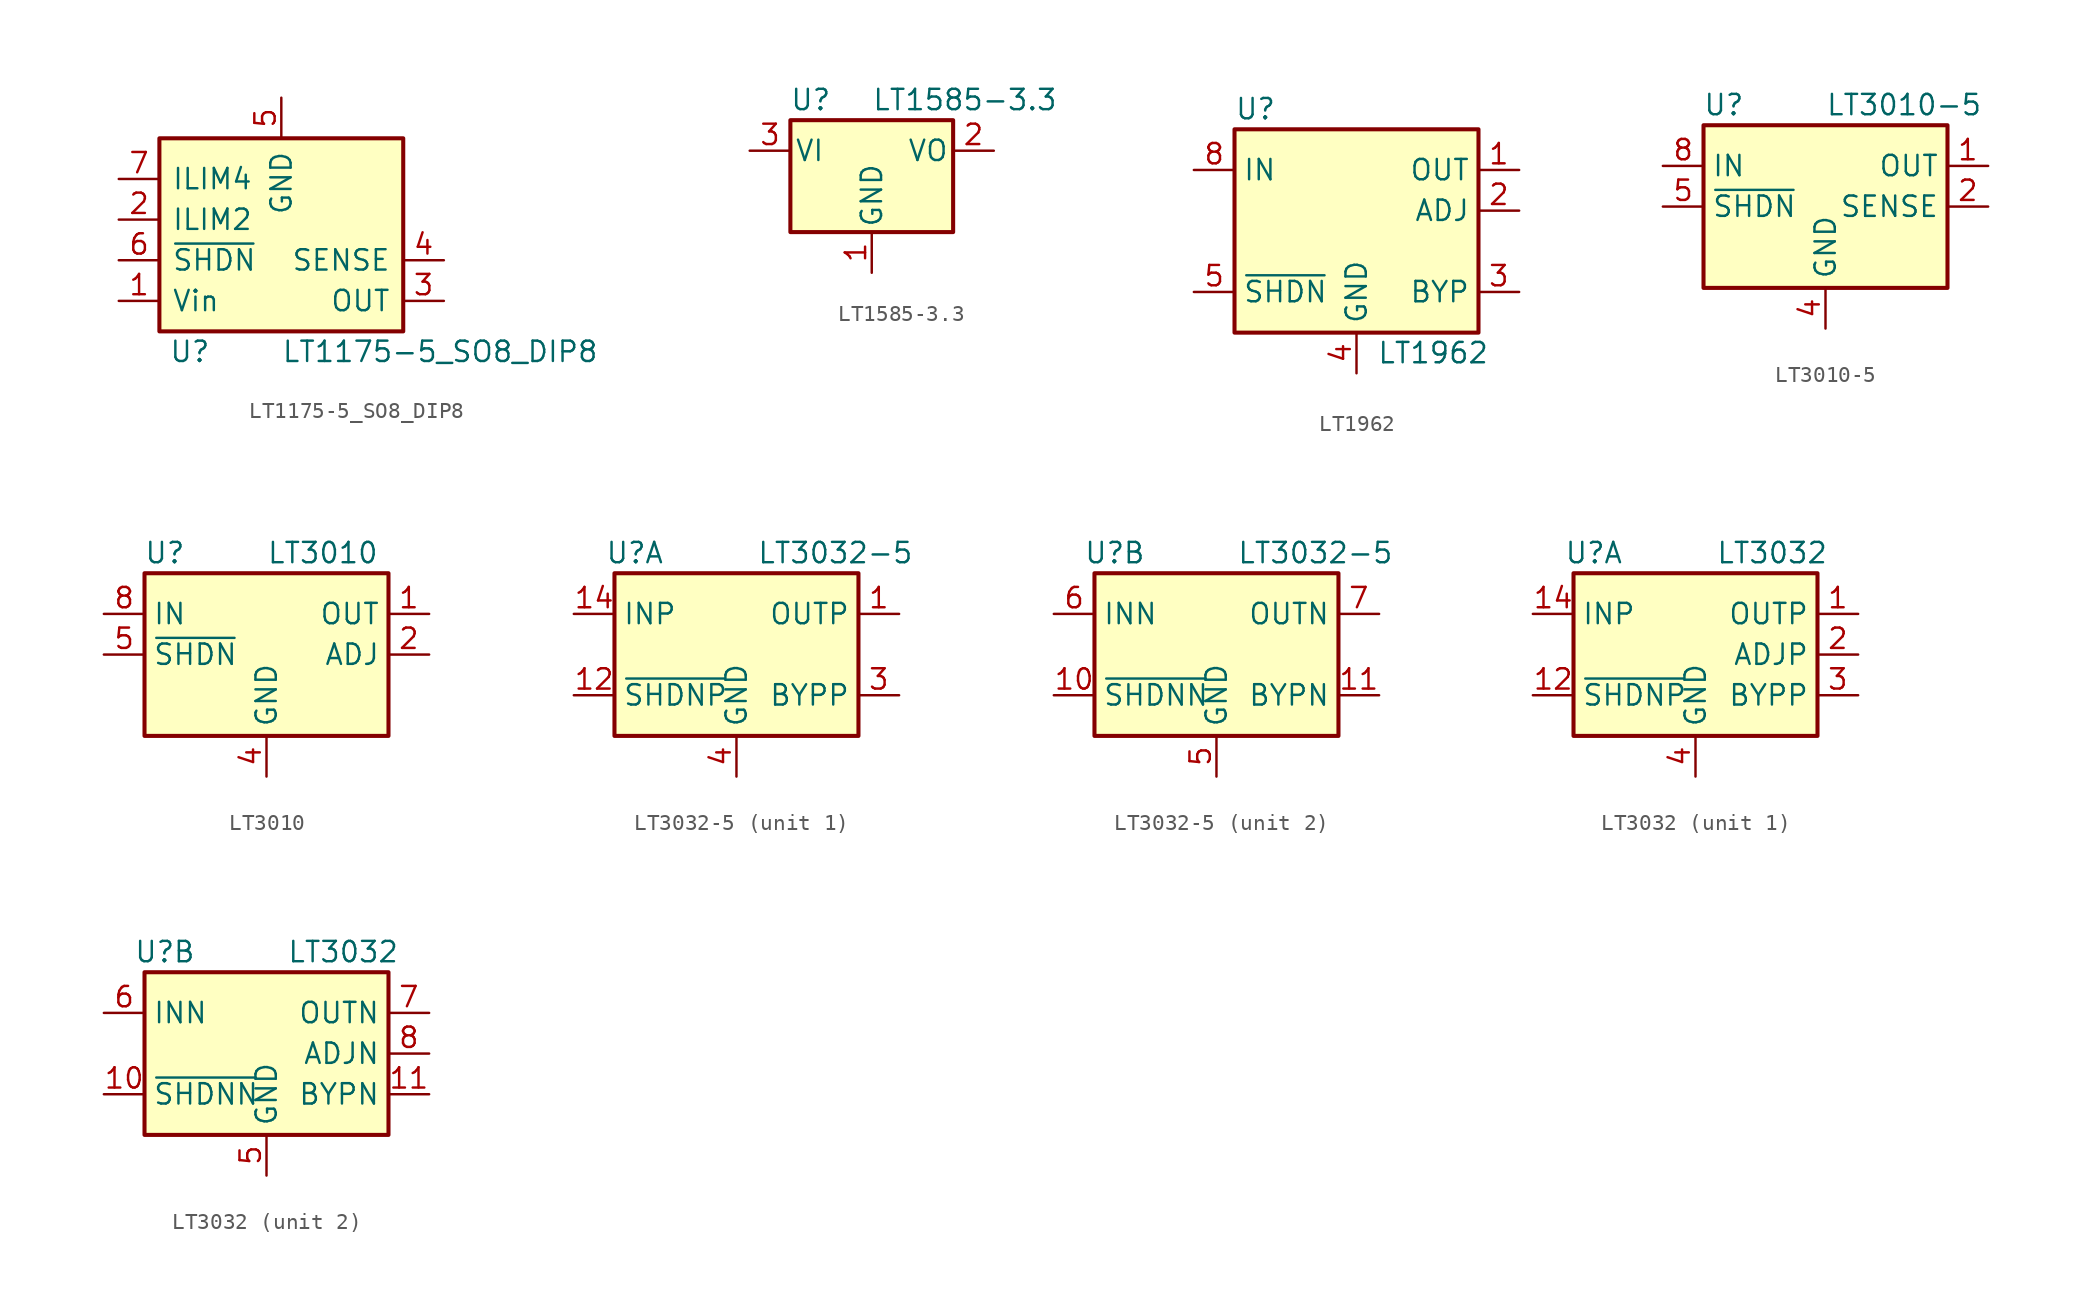
<source format=kicad_sym>
(kicad_symbol_lib
  (version 20200908)
  (generator kicad_symbol_editor)
  (symbol "Regulator_Linear:LT1175-5_SO8_DIP8"
    (pin_names
      (offset 0.762))
    (property "Reference" "U"
      (at -5.715 -8.255 0)
      (effects (font (size 1.27 1.27))))
    (property "Value" "LT1175-5_SO8_DIP8"
      (at 0 -8.255 0)
      (effects (font (size 1.27 1.27)) (justify left)))
    (symbol "LT1175-5_SO8_DIP8_0_1"
      (rectangle (start -7.62 -6.985) (end 7.62 5.08) (stroke (width 0.254)) (fill (type background))))
    (symbol "LT1175-5_SO8_DIP8_1_1"
      (pin power_in line (at -10.16 -5.08 0) (length 2.54) (name "Vin" (effects (font (size 1.27 1.27)))) (number "1" (effects (font (size 1.27 1.27)))))
      (pin input line (at -10.16 0 0) (length 2.54) (name "ILIM2" (effects (font (size 1.27 1.27)))) (number "2" (effects (font (size 1.27 1.27)))))
      (pin power_out line (at 10.16 -5.08 180) (length 2.54) (name "OUT" (effects (font (size 1.27 1.27)))) (number "3" (effects (font (size 1.27 1.27)))))
      (pin input line (at 10.16 -2.54 180) (length 2.54) (name "SENSE" (effects (font (size 1.27 1.27)))) (number "4" (effects (font (size 1.27 1.27)))))
      (pin power_in line (at 0 7.62 270) (length 2.54) (name "GND" (effects (font (size 1.27 1.27)))) (number "5" (effects (font (size 1.27 1.27)))))
      (pin input line (at -10.16 -2.54 0) (length 2.54) (name "~SHDN" (effects (font (size 1.27 1.27)))) (number "6" (effects (font (size 1.27 1.27)))))
      (pin input line (at -10.16 2.54 0) (length 2.54) (name "ILIM4" (effects (font (size 1.27 1.27)))) (number "7" (effects (font (size 1.27 1.27)))))
      (pin passive line (at -10.16 -5.08 0) (length 2.54) hide (name "Vin" (effects (font (size 1.27 1.27)))) (number "8" (effects (font (size 1.27 1.27)))))))
  (symbol "Regulator_Linear:LT1585-3.3"
    (pin_names
      (offset 0.254))
    (property "Reference" "U"
      (at -3.81 3.175 0)
      (effects (font (size 1.27 1.27))))
    (property "Value" "LT1585-3.3"
      (at 0 3.175 0)
      (effects (font (size 1.27 1.27)) (justify left)))
    (symbol "LT1585-3.3_0_1"
      (rectangle (start -5.08 -5.08) (end 5.08 1.905) (stroke (width 0.254)) (fill (type background))))
    (symbol "LT1585-3.3_1_1"
      (pin power_in line (at 0 -7.62 90) (length 2.54) (name "GND" (effects (font (size 1.27 1.27)))) (number "1" (effects (font (size 1.27 1.27)))))
      (pin power_out line (at 7.62 0 180) (length 2.54) (name "VO" (effects (font (size 1.27 1.27)))) (number "2" (effects (font (size 1.27 1.27)))))
      (pin power_in line (at -7.62 0 0) (length 2.54) (name "VI" (effects (font (size 1.27 1.27)))) (number "3" (effects (font (size 1.27 1.27)))))))
  (symbol "Regulator_Linear:LT1962"
    (property "Reference" "U"
      (at -7.62 8.89 0)
      (effects (font (size 1.27 1.27)) (justify left)))
    (property "Value" "LT1962"
      (at 1.27 -6.35 0)
      (effects (font (size 1.27 1.27)) (justify left)))
    (symbol "LT1962_0_1"
      (rectangle (start -7.62 7.62) (end 7.62 -5.08) (stroke (width 0.254)) (fill (type background))))
    (symbol "LT1962_1_1"
      (pin power_out line (at 10.16 5.08 180) (length 2.54) (name "OUT" (effects (font (size 1.27 1.27)))) (number "1" (effects (font (size 1.27 1.27)))))
      (pin input line (at 10.16 2.54 180) (length 2.54) (name "ADJ" (effects (font (size 1.27 1.27)))) (number "2" (effects (font (size 1.27 1.27)))))
      (pin passive line (at 10.16 -2.54 180) (length 2.54) (name "BYP" (effects (font (size 1.27 1.27)))) (number "3" (effects (font (size 1.27 1.27)))))
      (pin power_in line (at 0 -7.62 90) (length 2.54) (name "GND" (effects (font (size 1.27 1.27)))) (number "4" (effects (font (size 1.27 1.27)))))
      (pin input line (at -10.16 -2.54 0) (length 2.54) (name "~SHDN" (effects (font (size 1.27 1.27)))) (number "5" (effects (font (size 1.27 1.27)))))
      (pin unconnected line (at 2.54 5.08 90) (length 2.54) hide (name "NC" (effects (font (size 1.27 1.27)))) (number "6" (effects (font (size 1.27 1.27)))))
      (pin unconnected line (at 2.54 2.54 90) (length 2.54) hide (name "NC" (effects (font (size 1.27 1.27)))) (number "7" (effects (font (size 1.27 1.27)))))
      (pin power_in line (at -10.16 5.08 0) (length 2.54) (name "IN" (effects (font (size 1.27 1.27)))) (number "8" (effects (font (size 1.27 1.27)))))))
  (symbol "Regulator_Linear:LT3010-5"
    (property "Reference" "U"
      (at -6.35 6.35 0)
      (effects (font (size 1.27 1.27))))
    (property "Value" "LT3010-5"
      (at 0 6.35 0)
      (effects (font (size 1.27 1.27)) (justify left)))
    (symbol "LT3010-5_0_1"
      (rectangle (start -7.62 5.08) (end 7.62 -5.08) (stroke (width 0.254)) (fill (type background))))
    (symbol "LT3010-5_1_1"
      (pin power_out line (at 10.16 2.54 180) (length 2.54) (name "OUT" (effects (font (size 1.27 1.27)))) (number "1" (effects (font (size 1.27 1.27)))))
      (pin passive line (at 10.16 0 180) (length 2.54) (name "SENSE" (effects (font (size 1.27 1.27)))) (number "2" (effects (font (size 1.27 1.27)))))
      (pin unconnected line (at -7.62 -2.54 0) (length 2.54) hide (name "NC" (effects (font (size 1.27 1.27)))) (number "3" (effects (font (size 1.27 1.27)))))
      (pin power_in line (at 0 -7.62 90) (length 2.54) (name "GND" (effects (font (size 1.27 1.27)))) (number "4" (effects (font (size 1.27 1.27)))))
      (pin input line (at -10.16 0 0) (length 2.54) (name "~SHDN" (effects (font (size 1.27 1.27)))) (number "5" (effects (font (size 1.27 1.27)))))
      (pin unconnected line (at 7.62 -2.54 180) (length 2.54) hide (name "NC" (effects (font (size 1.27 1.27)))) (number "6" (effects (font (size 1.27 1.27)))))
      (pin unconnected line (at 2.54 -5.08 90) (length 2.54) hide (name "NC" (effects (font (size 1.27 1.27)))) (number "7" (effects (font (size 1.27 1.27)))))
      (pin power_in line (at -10.16 2.54 0) (length 2.54) (name "IN" (effects (font (size 1.27 1.27)))) (number "8" (effects (font (size 1.27 1.27)))))
      (pin passive line (at 0 -7.62 90) (length 2.54) hide (name "GND" (effects (font (size 1.27 1.27)))) (number "9" (effects (font (size 1.27 1.27)))))))
  (symbol "Regulator_Linear:LT3010"
    (property "Reference" "U"
      (at -6.35 6.35 0)
      (effects (font (size 1.27 1.27))))
    (property "Value" "LT3010"
      (at 0 6.35 0)
      (effects (font (size 1.27 1.27)) (justify left)))
    (symbol "LT3010_0_1"
      (rectangle (start -7.62 5.08) (end 7.62 -5.08) (stroke (width 0.254)) (fill (type background))))
    (symbol "LT3010_1_1"
      (pin power_out line (at 10.16 2.54 180) (length 2.54) (name "OUT" (effects (font (size 1.27 1.27)))) (number "1" (effects (font (size 1.27 1.27)))))
      (pin input line (at 10.16 0 180) (length 2.54) (name "ADJ" (effects (font (size 1.27 1.27)))) (number "2" (effects (font (size 1.27 1.27)))))
      (pin unconnected line (at -7.62 -2.54 0) (length 2.54) hide (name "NC" (effects (font (size 1.27 1.27)))) (number "3" (effects (font (size 1.27 1.27)))))
      (pin power_in line (at 0 -7.62 90) (length 2.54) (name "GND" (effects (font (size 1.27 1.27)))) (number "4" (effects (font (size 1.27 1.27)))))
      (pin input line (at -10.16 0 0) (length 2.54) (name "~SHDN" (effects (font (size 1.27 1.27)))) (number "5" (effects (font (size 1.27 1.27)))))
      (pin unconnected line (at 7.62 -2.54 180) (length 2.54) hide (name "NC" (effects (font (size 1.27 1.27)))) (number "6" (effects (font (size 1.27 1.27)))))
      (pin unconnected line (at 2.54 -5.08 90) (length 2.54) hide (name "NC" (effects (font (size 1.27 1.27)))) (number "7" (effects (font (size 1.27 1.27)))))
      (pin power_in line (at -10.16 2.54 0) (length 2.54) (name "IN" (effects (font (size 1.27 1.27)))) (number "8" (effects (font (size 1.27 1.27)))))
      (pin passive line (at 0 -7.62 90) (length 2.54) hide (name "GND" (effects (font (size 1.27 1.27)))) (number "9" (effects (font (size 1.27 1.27)))))))
  (symbol "Regulator_Linear:LT3032-5"
    (property "Reference" "U"
      (at -6.35 6.35 0)
      (effects (font (size 1.27 1.27))))
    (property "Value" "LT3032-5"
      (at 1.27 6.35 0)
      (effects (font (size 1.27 1.27)) (justify left)))
    (property "ki_locked" ""
      (at 0 0 0)
      (effects (font (size 1.27 1.27))))
    (symbol "LT3032-5_0_1"
      (rectangle (start -7.62 5.08) (end 7.62 -5.08) (stroke (width 0.254)) (fill (type background))))
    (symbol "LT3032-5_1_1"
      (pin power_out line (at 10.16 2.54 180) (length 2.54) (name "OUTP" (effects (font (size 1.27 1.27)))) (number "1" (effects (font (size 1.27 1.27)))))
      (pin input line (at -10.16 -2.54 0) (length 2.54) (name "~SHDNP" (effects (font (size 1.27 1.27)))) (number "12" (effects (font (size 1.27 1.27)))))
      (pin unconnected line (at 7.62 -5.08 180) (length 2.54) hide (name "NC" (effects (font (size 1.27 1.27)))) (number "13" (effects (font (size 1.27 1.27)))))
      (pin power_in line (at -10.16 2.54 0) (length 2.54) (name "INP" (effects (font (size 1.27 1.27)))) (number "14" (effects (font (size 1.27 1.27)))))
      (pin unconnected line (at 7.62 0 180) (length 2.54) hide (name "NC" (effects (font (size 1.27 1.27)))) (number "2" (effects (font (size 1.27 1.27)))))
      (pin passive line (at 10.16 -2.54 180) (length 2.54) (name "BYPP" (effects (font (size 1.27 1.27)))) (number "3" (effects (font (size 1.27 1.27)))))
      (pin power_in line (at 0 -7.62 90) (length 2.54) (name "GND" (effects (font (size 1.27 1.27)))) (number "4" (effects (font (size 1.27 1.27))))))
    (symbol "LT3032-5_2_1"
      (pin input line (at -10.16 -2.54 0) (length 2.54) (name "~SHDNN" (effects (font (size 1.27 1.27)))) (number "10" (effects (font (size 1.27 1.27)))))
      (pin passive line (at 10.16 -2.54 180) (length 2.54) (name "BYPN" (effects (font (size 1.27 1.27)))) (number "11" (effects (font (size 1.27 1.27)))))
      (pin power_in line (at 0 -7.62 90) (length 2.54) (name "GND" (effects (font (size 1.27 1.27)))) (number "5" (effects (font (size 1.27 1.27)))))
      (pin power_in line (at -10.16 2.54 0) (length 2.54) (name "INN" (effects (font (size 1.27 1.27)))) (number "6" (effects (font (size 1.27 1.27)))))
      (pin power_out line (at 10.16 2.54 180) (length 2.54) (name "OUTN" (effects (font (size 1.27 1.27)))) (number "7" (effects (font (size 1.27 1.27)))))
      (pin unconnected line (at 7.62 0 180) (length 2.54) hide (name "NC" (effects (font (size 1.27 1.27)))) (number "8" (effects (font (size 1.27 1.27)))))
      (pin passive line (at -10.16 2.54 0) (length 2.54) hide (name "INN" (effects (font (size 1.27 1.27)))) (number "9" (effects (font (size 1.27 1.27)))))))
  (symbol "Regulator_Linear:LT3032"
    (property "Reference" "U"
      (at -6.35 6.35 0)
      (effects (font (size 1.27 1.27))))
    (property "Value" "LT3032"
      (at 1.27 6.35 0)
      (effects (font (size 1.27 1.27)) (justify left)))
    (property "ki_locked" ""
      (at 0 0 0)
      (effects (font (size 1.27 1.27))))
    (symbol "LT3032_0_1"
      (rectangle (start -7.62 5.08) (end 7.62 -5.08) (stroke (width 0.254)) (fill (type background))))
    (symbol "LT3032_1_1"
      (pin power_out line (at 10.16 2.54 180) (length 2.54) (name "OUTP" (effects (font (size 1.27 1.27)))) (number "1" (effects (font (size 1.27 1.27)))))
      (pin input line (at -10.16 -2.54 0) (length 2.54) (name "~SHDNP" (effects (font (size 1.27 1.27)))) (number "12" (effects (font (size 1.27 1.27)))))
      (pin unconnected line (at 7.62 -5.08 180) (length 2.54) hide (name "NC" (effects (font (size 1.27 1.27)))) (number "13" (effects (font (size 1.27 1.27)))))
      (pin power_in line (at -10.16 2.54 0) (length 2.54) (name "INP" (effects (font (size 1.27 1.27)))) (number "14" (effects (font (size 1.27 1.27)))))
      (pin input line (at 10.16 0 180) (length 2.54) (name "ADJP" (effects (font (size 1.27 1.27)))) (number "2" (effects (font (size 1.27 1.27)))))
      (pin passive line (at 10.16 -2.54 180) (length 2.54) (name "BYPP" (effects (font (size 1.27 1.27)))) (number "3" (effects (font (size 1.27 1.27)))))
      (pin power_in line (at 0 -7.62 90) (length 2.54) (name "GND" (effects (font (size 1.27 1.27)))) (number "4" (effects (font (size 1.27 1.27))))))
    (symbol "LT3032_2_1"
      (pin input line (at -10.16 -2.54 0) (length 2.54) (name "~SHDNN" (effects (font (size 1.27 1.27)))) (number "10" (effects (font (size 1.27 1.27)))))
      (pin passive line (at 10.16 -2.54 180) (length 2.54) (name "BYPN" (effects (font (size 1.27 1.27)))) (number "11" (effects (font (size 1.27 1.27)))))
      (pin power_in line (at 0 -7.62 90) (length 2.54) (name "GND" (effects (font (size 1.27 1.27)))) (number "5" (effects (font (size 1.27 1.27)))))
      (pin power_in line (at -10.16 2.54 0) (length 2.54) (name "INN" (effects (font (size 1.27 1.27)))) (number "6" (effects (font (size 1.27 1.27)))))
      (pin power_out line (at 10.16 2.54 180) (length 2.54) (name "OUTN" (effects (font (size 1.27 1.27)))) (number "7" (effects (font (size 1.27 1.27)))))
      (pin input line (at 10.16 0 180) (length 2.54) (name "ADJN" (effects (font (size 1.27 1.27)))) (number "8" (effects (font (size 1.27 1.27)))))
      (pin passive line (at -10.16 2.54 0) (length 2.54) hide (name "INN" (effects (font (size 1.27 1.27)))) (number "9" (effects (font (size 1.27 1.27))))))))
</source>
